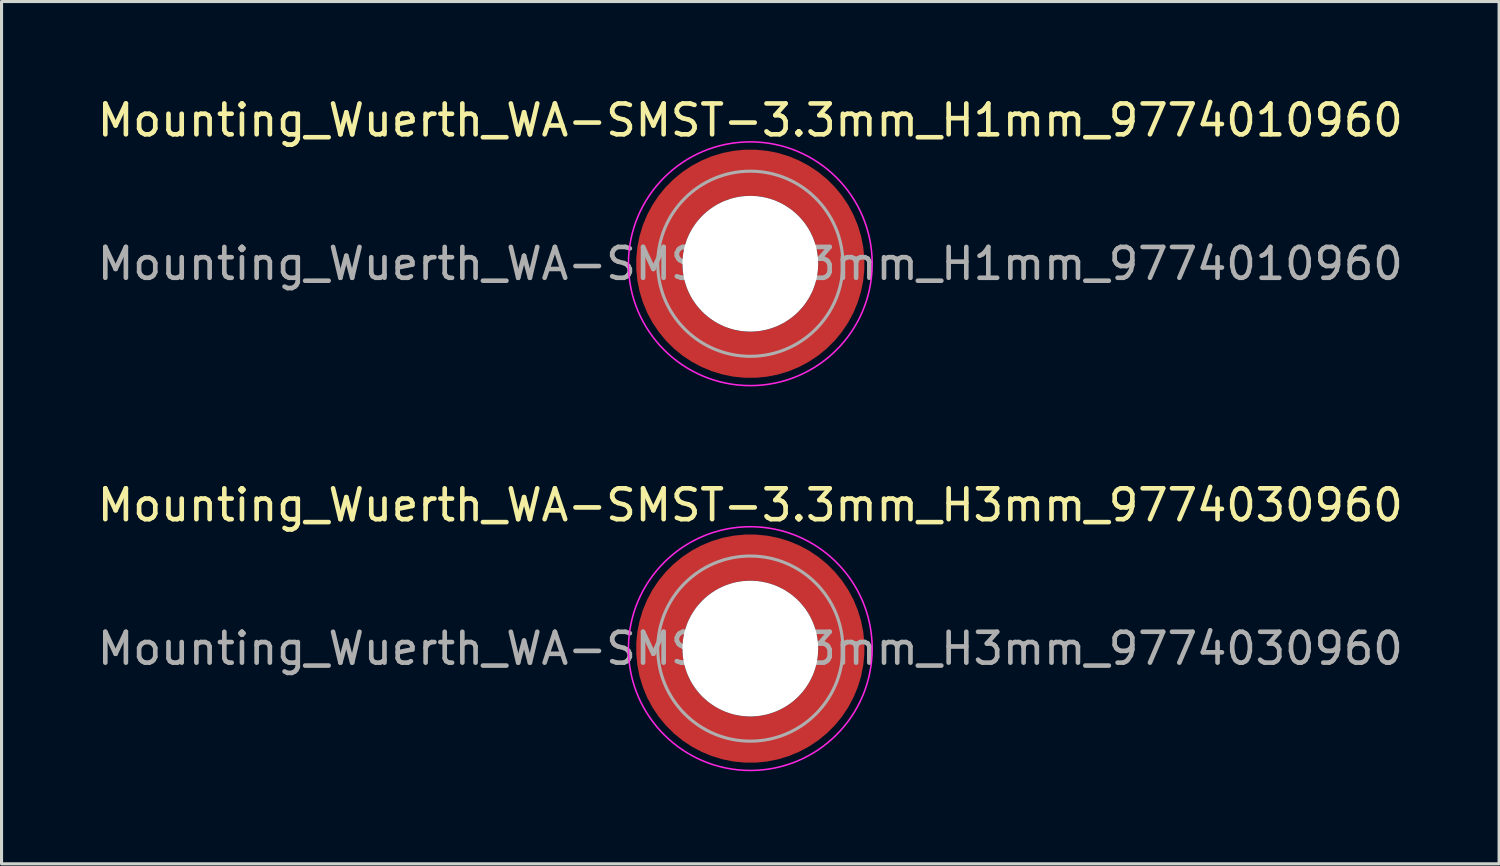
<source format=kicad_pcb>
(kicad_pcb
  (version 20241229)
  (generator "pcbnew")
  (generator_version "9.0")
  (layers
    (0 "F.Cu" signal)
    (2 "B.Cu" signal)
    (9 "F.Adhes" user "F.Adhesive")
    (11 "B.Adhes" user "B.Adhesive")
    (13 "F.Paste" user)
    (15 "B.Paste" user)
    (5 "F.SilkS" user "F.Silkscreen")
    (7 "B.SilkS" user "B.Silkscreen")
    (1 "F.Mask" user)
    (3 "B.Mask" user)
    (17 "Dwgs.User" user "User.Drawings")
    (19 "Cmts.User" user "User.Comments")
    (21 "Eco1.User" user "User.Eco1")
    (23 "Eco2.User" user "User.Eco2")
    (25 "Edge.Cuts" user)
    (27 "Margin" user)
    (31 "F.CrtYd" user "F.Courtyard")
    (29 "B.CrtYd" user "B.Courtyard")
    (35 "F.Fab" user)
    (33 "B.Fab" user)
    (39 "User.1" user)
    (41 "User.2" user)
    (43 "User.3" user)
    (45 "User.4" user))
  (footprint "Mounting_Wuerth_WA-SMST-3.3mm_H1mm_9774010960"
    (layer "F.Cu")
    (at 21.268 5.498)
    (property "Reference" "Mounting_Wuerth_WA-SMST-3.3mm_H1mm_9774010960" (at 0 -4.65 0) (layer "F.SilkS") (effects (font (size 1 1) (thickness 0.15))))
    (attr smd allow_soldermask_bridges)
    (fp_circle (center 0 0) (end 3.95 0) (stroke (width 0.05) (type solid)) (fill no) (layer "F.CrtYd"))
    (fp_circle (center 0 0) (end 3 0) (stroke (width 0.1) (type solid)) (fill no) (layer "F.Fab"))
    (fp_text user "${REFERENCE}" (at 0 0 0) (layer "F.Fab") (effects (font (size 1 1) (thickness 0.15))))
    (pad "" smd custom (at -2.058 -2.058) (size 0.55 0.55) (layers "F.Paste") (options (anchor circle)) (primitives (gr_arc (start -0.377294 1.707681) (mid 0.318198 0.318198) (end 1.707681 -0.377294) (width 0.2)) (gr_arc (start -0.478281 1.707681) (mid 0.247487 0.247487) (end 1.707681 -0.478281) (width 0.2)) (gr_arc (start -0.579192 1.707681) (mid 0.176777 0.176777) (end 1.707681 -0.579192) (width 0.2)) (gr_arc (start -0.680037 1.707681) (mid 0.106066 0.106066) (end 1.707681 -0.680037) (width 0.2)) (gr_arc (start -0.780822 1.707681) (mid 0.035355 0.035355) (end 1.707681 -0.780822) (width 0.2)) (gr_arc (start -0.881554 1.707681) (mid -0.035355 -0.035355) (end 1.707681 -0.881554) (width 0.2)) (gr_arc (start -0.982237 1.707681) (mid -0.106066 -0.106066) (end 1.707681 -0.982237) (width 0.2)) (gr_arc (start -1.082877 1.707681) (mid -0.176777 -0.176777) (end 1.707681 -1.082877) (width 0.2)) (gr_arc (start -1.183476 1.707681) (mid -0.247487 -0.247487) (end 1.707681 -1.183476) (width 0.2)) (gr_arc (start -1.28404 1.707681) (mid -0.318198 -0.318198) (end 1.707681 -1.28404) (width 0.2)) (gr_line (start 1.708 -0.377) (end 1.708 -1.284) (width 0.2)) (gr_line (start -0.377 1.708) (end -1.284 1.708) (width 0.2))))
    (pad "" smd custom (at -2.058 2.058) (size 0.55 0.55) (layers "F.Paste") (options (anchor circle)) (primitives (gr_arc (start 1.707681 0.377294) (mid 0.318198 -0.318198) (end -0.377294 -1.707681) (width 0.2)) (gr_arc (start 1.707681 0.478281) (mid 0.247487 -0.247487) (end -0.478281 -1.707681) (width 0.2)) (gr_arc (start 1.707681 0.579192) (mid 0.176777 -0.176777) (end -0.579192 -1.707681) (width 0.2)) (gr_arc (start 1.707681 0.680037) (mid 0.106066 -0.106066) (end -0.680037 -1.707681) (width 0.2)) (gr_arc (start 1.707681 0.780822) (mid 0.035355 -0.035355) (end -0.780822 -1.707681) (width 0.2)) (gr_arc (start 1.707681 0.881554) (mid -0.035355 0.035355) (end -0.881554 -1.707681) (width 0.2)) (gr_arc (start 1.707681 0.982237) (mid -0.106066 0.106066) (end -0.982237 -1.707681) (width 0.2)) (gr_arc (start 1.707681 1.082877) (mid -0.176777 0.176777) (end -1.082877 -1.707681) (width 0.2)) (gr_arc (start 1.707681 1.183476) (mid -0.247487 0.247487) (end -1.183476 -1.707681) (width 0.2)) (gr_arc (start 1.707681 1.28404) (mid -0.318198 0.318198) (end -1.28404 -1.707681) (width 0.2)) (gr_line (start -0.377 -1.708) (end -1.284 -1.708) (width 0.2)) (gr_line (start 1.708 0.377) (end 1.708 1.284) (width 0.2))))
    (pad "" np_thru_hole circle (at 0 0) (size 4.4 4.4) (drill 4.4) (layers "*.Cu" "*.Mask"))
    (pad "" smd custom (at 2.058 -2.058) (size 0.55 0.55) (layers "F.Paste") (options (anchor circle)) (primitives (gr_arc (start -1.707681 -0.377294) (mid -0.318198 0.318198) (end 0.377294 1.707681) (width 0.2)) (gr_arc (start -1.707681 -0.478281) (mid -0.247487 0.247487) (end 0.478281 1.707681) (width 0.2)) (gr_arc (start -1.707681 -0.579192) (mid -0.176777 0.176777) (end 0.579192 1.707681) (width 0.2)) (gr_arc (start -1.707681 -0.680037) (mid -0.106066 0.106066) (end 0.680037 1.707681) (width 0.2)) (gr_arc (start -1.707681 -0.780822) (mid -0.035355 0.035355) (end 0.780822 1.707681) (width 0.2)) (gr_arc (start -1.707681 -0.881554) (mid 0.035355 -0.035355) (end 0.881554 1.707681) (width 0.2)) (gr_arc (start -1.707681 -0.982237) (mid 0.106066 -0.106066) (end 0.982237 1.707681) (width 0.2)) (gr_arc (start -1.707681 -1.082877) (mid 0.176777 -0.176777) (end 1.082877 1.707681) (width 0.2)) (gr_arc (start -1.707681 -1.183476) (mid 0.247487 -0.247487) (end 1.183476 1.707681) (width 0.2)) (gr_arc (start -1.707681 -1.28404) (mid 0.318198 -0.318198) (end 1.28404 1.707681) (width 0.2)) (gr_line (start 0.377 1.708) (end 1.284 1.708) (width 0.2)) (gr_line (start -1.708 -0.377) (end -1.708 -1.284) (width 0.2))))
    (pad "" smd custom (at 2.058 2.058) (size 0.55 0.55) (layers "F.Paste") (options (anchor circle)) (primitives (gr_arc (start 0.377294 -1.707681) (mid -0.318198 -0.318198) (end -1.707681 0.377294) (width 0.2)) (gr_arc (start 0.478281 -1.707681) (mid -0.247487 -0.247487) (end -1.707681 0.478281) (width 0.2)) (gr_arc (start 0.579192 -1.707681) (mid -0.176777 -0.176777) (end -1.707681 0.579192) (width 0.2)) (gr_arc (start 0.680037 -1.707681) (mid -0.106066 -0.106066) (end -1.707681 0.680037) (width 0.2)) (gr_arc (start 0.780822 -1.707681) (mid -0.035355 -0.035355) (end -1.707681 0.780822) (width 0.2)) (gr_arc (start 0.881554 -1.707681) (mid 0.035355 0.035355) (end -1.707681 0.881554) (width 0.2)) (gr_arc (start 0.982237 -1.707681) (mid 0.106066 0.106066) (end -1.707681 0.982237) (width 0.2)) (gr_arc (start 1.082877 -1.707681) (mid 0.176777 0.176777) (end -1.707681 1.082877) (width 0.2)) (gr_arc (start 1.183476 -1.707681) (mid 0.247487 0.247487) (end -1.707681 1.183476) (width 0.2)) (gr_arc (start 1.28404 -1.707681) (mid 0.318198 0.318198) (end -1.707681 1.28404) (width 0.2)) (gr_line (start -1.708 0.377) (end -1.708 1.284) (width 0.2)) (gr_line (start 0.377 -1.708) (end 1.284 -1.708) (width 0.2))))
    (pad "1" smd circle (at -2.95 0) (size 0.992 0.992) (layers "F.Cu"))
    (pad "1" smd circle (at 0 -2.95) (size 0.992 0.992) (layers "F.Cu"))
    (pad "1" smd circle (at 0 2.95) (size 0.992 0.992) (layers "F.Cu"))
    (pad "1" smd custom (at 2.95 0) (size 1.5 1.5) (layers "F.Cu" "F.Mask") (options (anchor circle)) (primitives (gr_circle (center -2.95 0) (end 0 0) (width 1.5) (fill no)))))
  (footprint "Mounting_Wuerth_WA-SMST-3.3mm_H3mm_9774030960"
    (layer "F.Cu")
    (at 21.268 17.971)
    (property "Reference" "Mounting_Wuerth_WA-SMST-3.3mm_H3mm_9774030960" (at 0 -4.65 0) (layer "F.SilkS") (effects (font (size 1 1) (thickness 0.15))))
    (attr smd allow_soldermask_bridges)
    (fp_circle (center 0 0) (end 3.95 0) (stroke (width 0.05) (type solid)) (fill no) (layer "F.CrtYd"))
    (fp_circle (center 0 0) (end 3 0) (stroke (width 0.1) (type solid)) (fill no) (layer "F.Fab"))
    (fp_text user "${REFERENCE}" (at 0 0 0) (layer "F.Fab") (effects (font (size 1 1) (thickness 0.15))))
    (pad "" smd custom (at -2.058 -2.058) (size 0.55 0.55) (layers "F.Paste") (options (anchor circle)) (primitives (gr_arc (start -0.377294 1.707681) (mid 0.318198 0.318198) (end 1.707681 -0.377294) (width 0.2)) (gr_arc (start -0.478281 1.707681) (mid 0.247487 0.247487) (end 1.707681 -0.478281) (width 0.2)) (gr_arc (start -0.579192 1.707681) (mid 0.176777 0.176777) (end 1.707681 -0.579192) (width 0.2)) (gr_arc (start -0.680037 1.707681) (mid 0.106066 0.106066) (end 1.707681 -0.680037) (width 0.2)) (gr_arc (start -0.780822 1.707681) (mid 0.035355 0.035355) (end 1.707681 -0.780822) (width 0.2)) (gr_arc (start -0.881554 1.707681) (mid -0.035355 -0.035355) (end 1.707681 -0.881554) (width 0.2)) (gr_arc (start -0.982237 1.707681) (mid -0.106066 -0.106066) (end 1.707681 -0.982237) (width 0.2)) (gr_arc (start -1.082877 1.707681) (mid -0.176777 -0.176777) (end 1.707681 -1.082877) (width 0.2)) (gr_arc (start -1.183476 1.707681) (mid -0.247487 -0.247487) (end 1.707681 -1.183476) (width 0.2)) (gr_arc (start -1.28404 1.707681) (mid -0.318198 -0.318198) (end 1.707681 -1.28404) (width 0.2)) (gr_line (start 1.708 -0.377) (end 1.708 -1.284) (width 0.2)) (gr_line (start -0.377 1.708) (end -1.284 1.708) (width 0.2))))
    (pad "" smd custom (at -2.058 2.058) (size 0.55 0.55) (layers "F.Paste") (options (anchor circle)) (primitives (gr_arc (start 1.707681 0.377294) (mid 0.318198 -0.318198) (end -0.377294 -1.707681) (width 0.2)) (gr_arc (start 1.707681 0.478281) (mid 0.247487 -0.247487) (end -0.478281 -1.707681) (width 0.2)) (gr_arc (start 1.707681 0.579192) (mid 0.176777 -0.176777) (end -0.579192 -1.707681) (width 0.2)) (gr_arc (start 1.707681 0.680037) (mid 0.106066 -0.106066) (end -0.680037 -1.707681) (width 0.2)) (gr_arc (start 1.707681 0.780822) (mid 0.035355 -0.035355) (end -0.780822 -1.707681) (width 0.2)) (gr_arc (start 1.707681 0.881554) (mid -0.035355 0.035355) (end -0.881554 -1.707681) (width 0.2)) (gr_arc (start 1.707681 0.982237) (mid -0.106066 0.106066) (end -0.982237 -1.707681) (width 0.2)) (gr_arc (start 1.707681 1.082877) (mid -0.176777 0.176777) (end -1.082877 -1.707681) (width 0.2)) (gr_arc (start 1.707681 1.183476) (mid -0.247487 0.247487) (end -1.183476 -1.707681) (width 0.2)) (gr_arc (start 1.707681 1.28404) (mid -0.318198 0.318198) (end -1.28404 -1.707681) (width 0.2)) (gr_line (start -0.377 -1.708) (end -1.284 -1.708) (width 0.2)) (gr_line (start 1.708 0.377) (end 1.708 1.284) (width 0.2))))
    (pad "" np_thru_hole circle (at 0 0) (size 4.4 4.4) (drill 4.4) (layers "*.Cu" "*.Mask"))
    (pad "" smd custom (at 2.058 -2.058) (size 0.55 0.55) (layers "F.Paste") (options (anchor circle)) (primitives (gr_arc (start -1.707681 -0.377294) (mid -0.318198 0.318198) (end 0.377294 1.707681) (width 0.2)) (gr_arc (start -1.707681 -0.478281) (mid -0.247487 0.247487) (end 0.478281 1.707681) (width 0.2)) (gr_arc (start -1.707681 -0.579192) (mid -0.176777 0.176777) (end 0.579192 1.707681) (width 0.2)) (gr_arc (start -1.707681 -0.680037) (mid -0.106066 0.106066) (end 0.680037 1.707681) (width 0.2)) (gr_arc (start -1.707681 -0.780822) (mid -0.035355 0.035355) (end 0.780822 1.707681) (width 0.2)) (gr_arc (start -1.707681 -0.881554) (mid 0.035355 -0.035355) (end 0.881554 1.707681) (width 0.2)) (gr_arc (start -1.707681 -0.982237) (mid 0.106066 -0.106066) (end 0.982237 1.707681) (width 0.2)) (gr_arc (start -1.707681 -1.082877) (mid 0.176777 -0.176777) (end 1.082877 1.707681) (width 0.2)) (gr_arc (start -1.707681 -1.183476) (mid 0.247487 -0.247487) (end 1.183476 1.707681) (width 0.2)) (gr_arc (start -1.707681 -1.28404) (mid 0.318198 -0.318198) (end 1.28404 1.707681) (width 0.2)) (gr_line (start 0.377 1.708) (end 1.284 1.708) (width 0.2)) (gr_line (start -1.708 -0.377) (end -1.708 -1.284) (width 0.2))))
    (pad "" smd custom (at 2.058 2.058) (size 0.55 0.55) (layers "F.Paste") (options (anchor circle)) (primitives (gr_arc (start 0.377294 -1.707681) (mid -0.318198 -0.318198) (end -1.707681 0.377294) (width 0.2)) (gr_arc (start 0.478281 -1.707681) (mid -0.247487 -0.247487) (end -1.707681 0.478281) (width 0.2)) (gr_arc (start 0.579192 -1.707681) (mid -0.176777 -0.176777) (end -1.707681 0.579192) (width 0.2)) (gr_arc (start 0.680037 -1.707681) (mid -0.106066 -0.106066) (end -1.707681 0.680037) (width 0.2)) (gr_arc (start 0.780822 -1.707681) (mid -0.035355 -0.035355) (end -1.707681 0.780822) (width 0.2)) (gr_arc (start 0.881554 -1.707681) (mid 0.035355 0.035355) (end -1.707681 0.881554) (width 0.2)) (gr_arc (start 0.982237 -1.707681) (mid 0.106066 0.106066) (end -1.707681 0.982237) (width 0.2)) (gr_arc (start 1.082877 -1.707681) (mid 0.176777 0.176777) (end -1.707681 1.082877) (width 0.2)) (gr_arc (start 1.183476 -1.707681) (mid 0.247487 0.247487) (end -1.707681 1.183476) (width 0.2)) (gr_arc (start 1.28404 -1.707681) (mid 0.318198 0.318198) (end -1.707681 1.28404) (width 0.2)) (gr_line (start -1.708 0.377) (end -1.708 1.284) (width 0.2)) (gr_line (start 0.377 -1.708) (end 1.284 -1.708) (width 0.2))))
    (pad "1" smd circle (at -2.95 0) (size 0.992 0.992) (layers "F.Cu"))
    (pad "1" smd circle (at 0 -2.95) (size 0.992 0.992) (layers "F.Cu"))
    (pad "1" smd circle (at 0 2.95) (size 0.992 0.992) (layers "F.Cu"))
    (pad "1" smd custom (at 2.95 0) (size 1.5 1.5) (layers "F.Cu" "F.Mask") (options (anchor circle)) (primitives (gr_circle (center -2.95 0) (end 0 0) (width 1.5) (fill no)))))
  (gr_rect
    (start -3 -3)
    (end 45.536 24.947)
    (stroke (width 0.1) (type default))
    (fill no)
    (layer "Edge.Cuts")))
</source>
